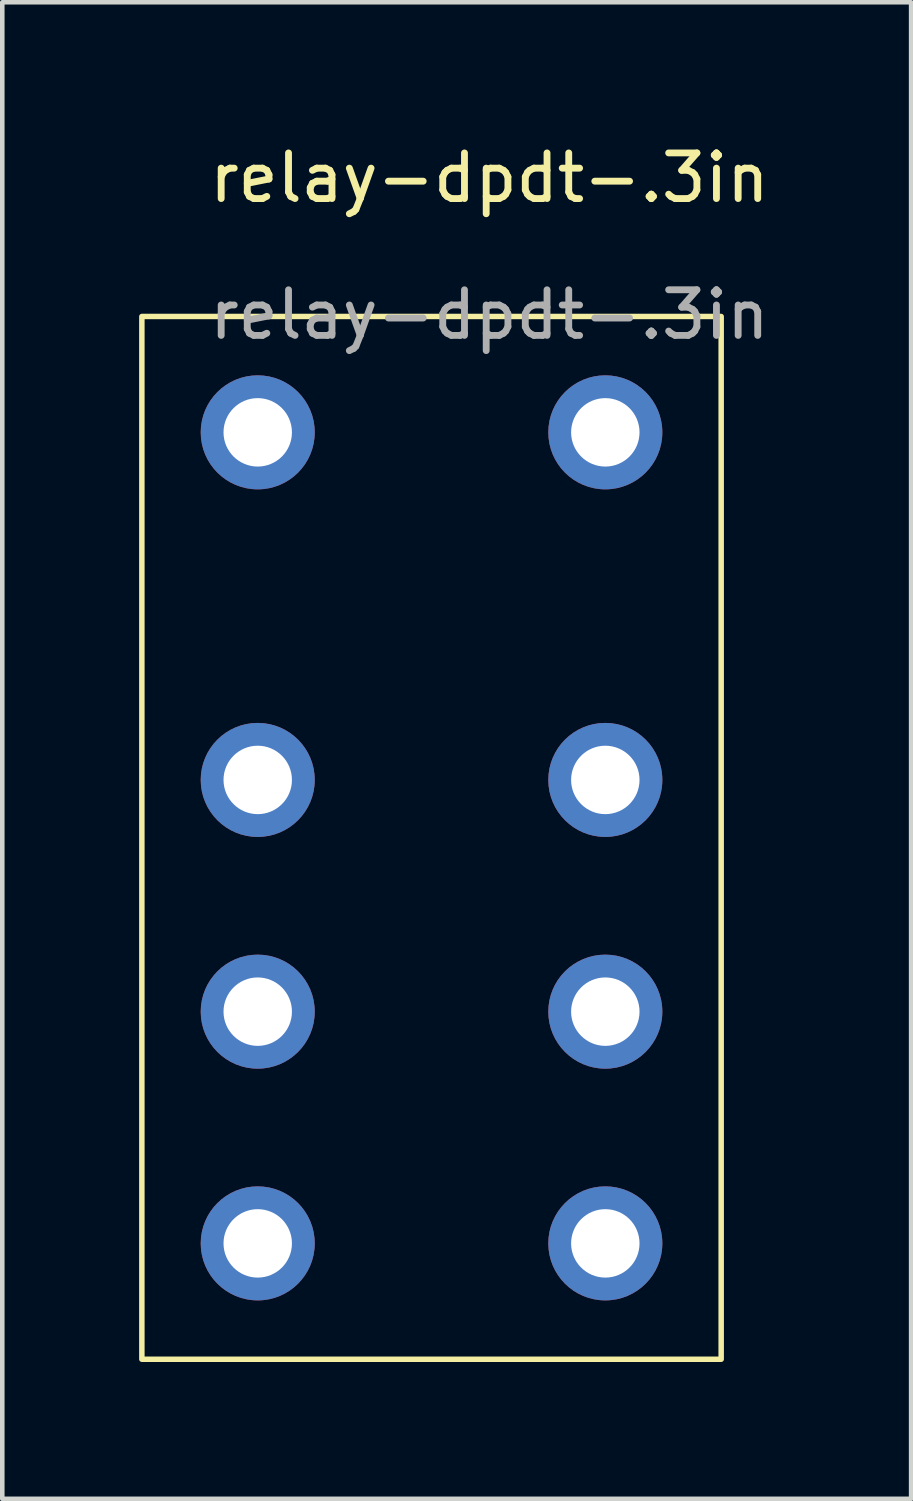
<source format=kicad_pcb>
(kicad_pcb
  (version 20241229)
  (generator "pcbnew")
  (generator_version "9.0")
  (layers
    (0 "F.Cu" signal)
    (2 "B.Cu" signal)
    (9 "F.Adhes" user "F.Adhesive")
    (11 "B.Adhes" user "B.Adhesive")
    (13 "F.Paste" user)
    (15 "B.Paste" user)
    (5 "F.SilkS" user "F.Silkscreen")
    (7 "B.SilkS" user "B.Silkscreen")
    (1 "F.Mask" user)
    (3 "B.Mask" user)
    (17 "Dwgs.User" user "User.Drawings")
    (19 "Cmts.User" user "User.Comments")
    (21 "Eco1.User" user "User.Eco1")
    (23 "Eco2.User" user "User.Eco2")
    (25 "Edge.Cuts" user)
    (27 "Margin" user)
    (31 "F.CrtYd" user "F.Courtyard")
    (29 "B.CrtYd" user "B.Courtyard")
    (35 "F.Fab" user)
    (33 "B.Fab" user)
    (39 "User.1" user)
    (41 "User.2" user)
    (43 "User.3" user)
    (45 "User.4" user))
  (footprint "relay-dpdt-.3in"
    (layer "F.Cu")
    (at 7.68 1.348)
    (property "Reference" "relay-dpdt-.3in" (at 0 -0.5 0) (unlocked yes) (layer "F.SilkS") (effects (font (size 1 1) (thickness 0.15))))
    (attr smd)
    (fp_rect (start -7.62 2.54) (end 5.08 25.4) (stroke (width 0.12) (type solid)) (fill no) (layer "F.SilkS"))
    (fp_text user "${REFERENCE}" (at 0 2.5 0) (unlocked yes) (layer "F.Fab") (effects (font (size 1 1) (thickness 0.15))))
    (pad "1" thru_hole circle (at -5.08 5.08) (size 2.5 2.5) (drill 1.5) (layers "*.Cu" "*.Mask"))
    (pad "4" thru_hole circle (at -5.08 12.7) (size 2.5 2.5) (drill 1.5) (layers "*.Cu" "*.Mask"))
    (pad "6" thru_hole circle (at -5.08 17.78) (size 2.5 2.5) (drill 1.5) (layers "*.Cu" "*.Mask"))
    (pad "8" thru_hole circle (at -5.08 22.86) (size 2.5 2.5) (drill 1.5) (layers "*.Cu" "*.Mask"))
    (pad "9" thru_hole circle (at 2.54 22.86) (size 2.5 2.5) (drill 1.5) (layers "*.Cu" "*.Mask"))
    (pad "11" thru_hole circle (at 2.54 17.78) (size 2.5 2.5) (drill 1.5) (layers "*.Cu" "*.Mask"))
    (pad "13" thru_hole circle (at 2.54 12.7) (size 2.5 2.5) (drill 1.5) (layers "*.Cu" "*.Mask"))
    (pad "16" thru_hole circle (at 2.54 5.08) (size 2.5 2.5) (drill 1.5) (layers "*.Cu" "*.Mask")))
  (gr_rect
    (start -3 -3)
    (end 16.924 29.808)
    (stroke (width 0.1) (type default))
    (fill no)
    (layer "Edge.Cuts")))
</source>
